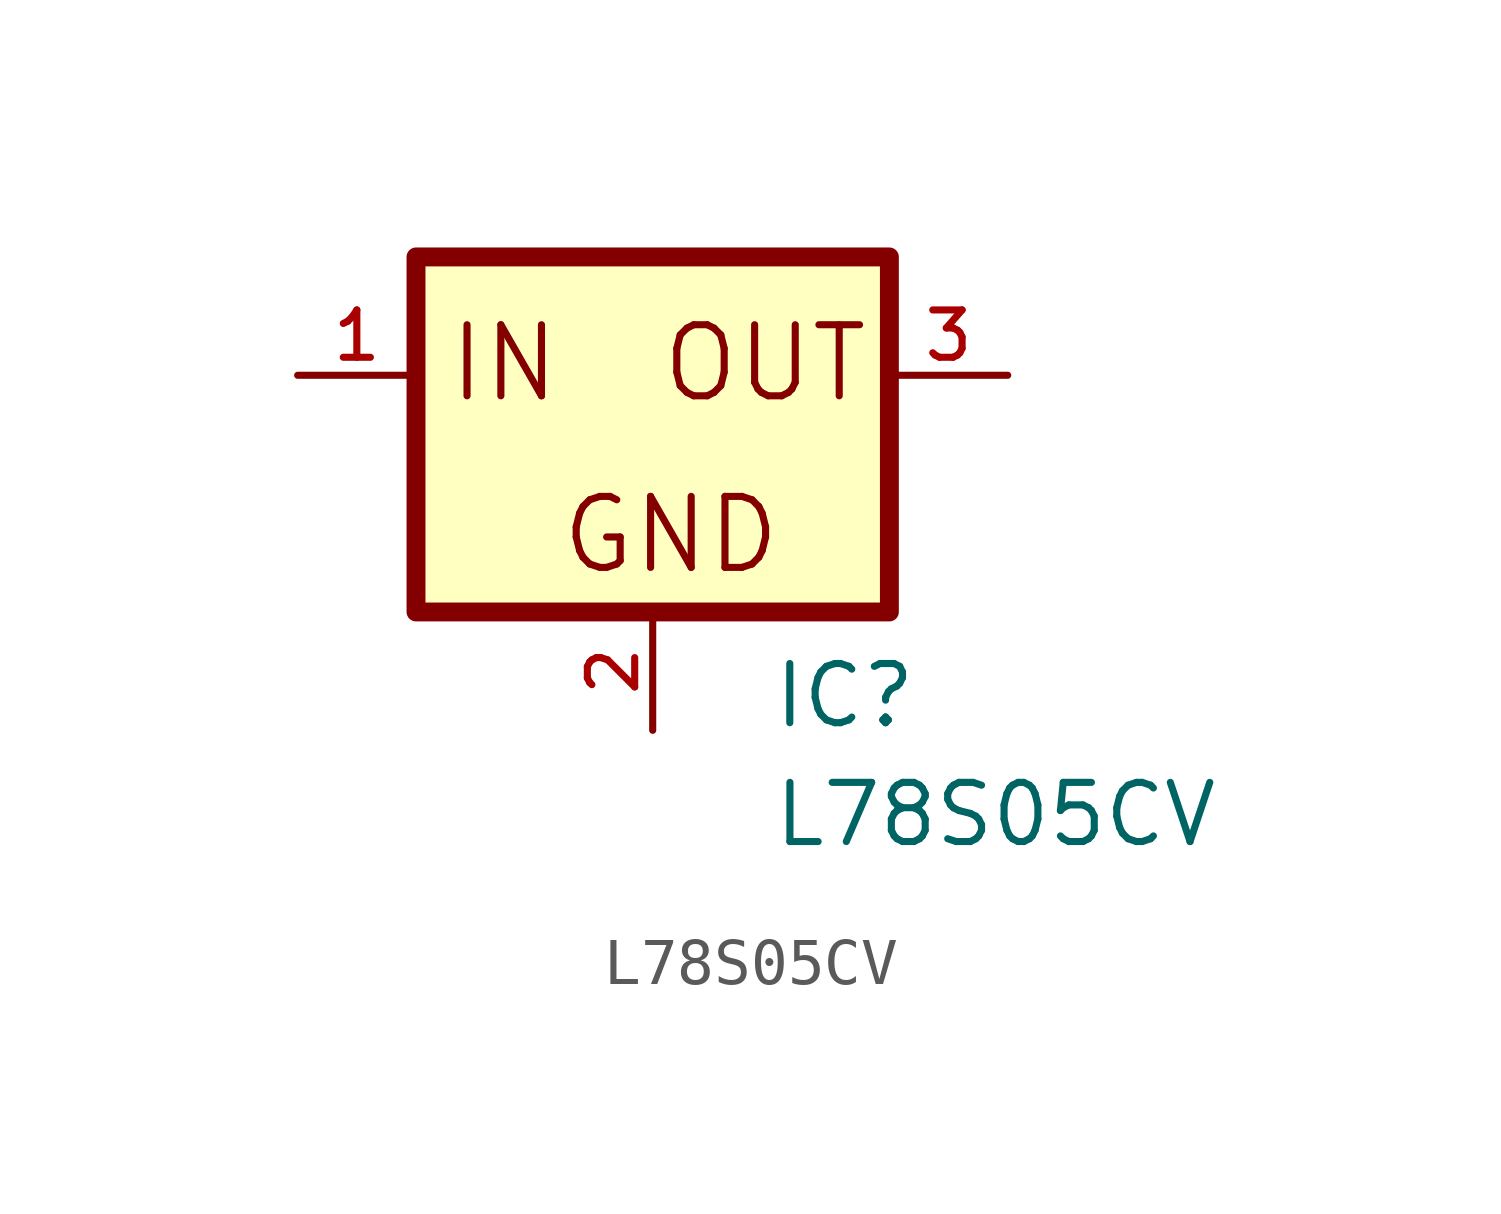
<source format=kicad_sym>
(kicad_symbol_lib
  (version 20211014)
  (generator kicad_symbol_editor)
  (symbol "L78S05CV"
    (pin_names
      (offset 1.016))
    (property "Reference" "IC"
      (at 2.54 -7.62 0)
      (effects (font (size 1.27 1.27)) (justify bottom left)))
    (property "Value" "L78S05CV"
      (at 2.543 -10.171 0)
      (effects (font (size 1.27 1.27)) (justify bottom left)))
    (symbol "L78S05CV_0_0"
      (text "GND" (at -2.032 -4.318 0) (effects (font (size 1.524 1.524)) (justify bottom left)))
      (text "IN" (at -4.448 -0.635 0) (effects (font (size 1.525 1.525)) (justify bottom left)))
      (text "OUT" (at 0.127 -0.635 0) (effects (font (size 1.525 1.525)) (justify bottom left)))
      (rectangle (start -5.08 -5.08) (end 5.08 2.54) (stroke (width 0.406)) (fill (type background)))
      (pin input line (at -7.62 0.0 0) (length 2.54) (name "~" (effects (font (size 1.016 1.016)))) (number "1" (effects (font (size 1.016 1.016)))))
      (pin input line (at 0.0 -7.62 90.0) (length 2.54) (name "~" (effects (font (size 1.016 1.016)))) (number "2" (effects (font (size 1.016 1.016)))))
      (pin passive line (at 7.62 0.0 180.0) (length 2.54) (name "~" (effects (font (size 1.016 1.016)))) (number "3" (effects (font (size 1.016 1.016))))))))
</source>
